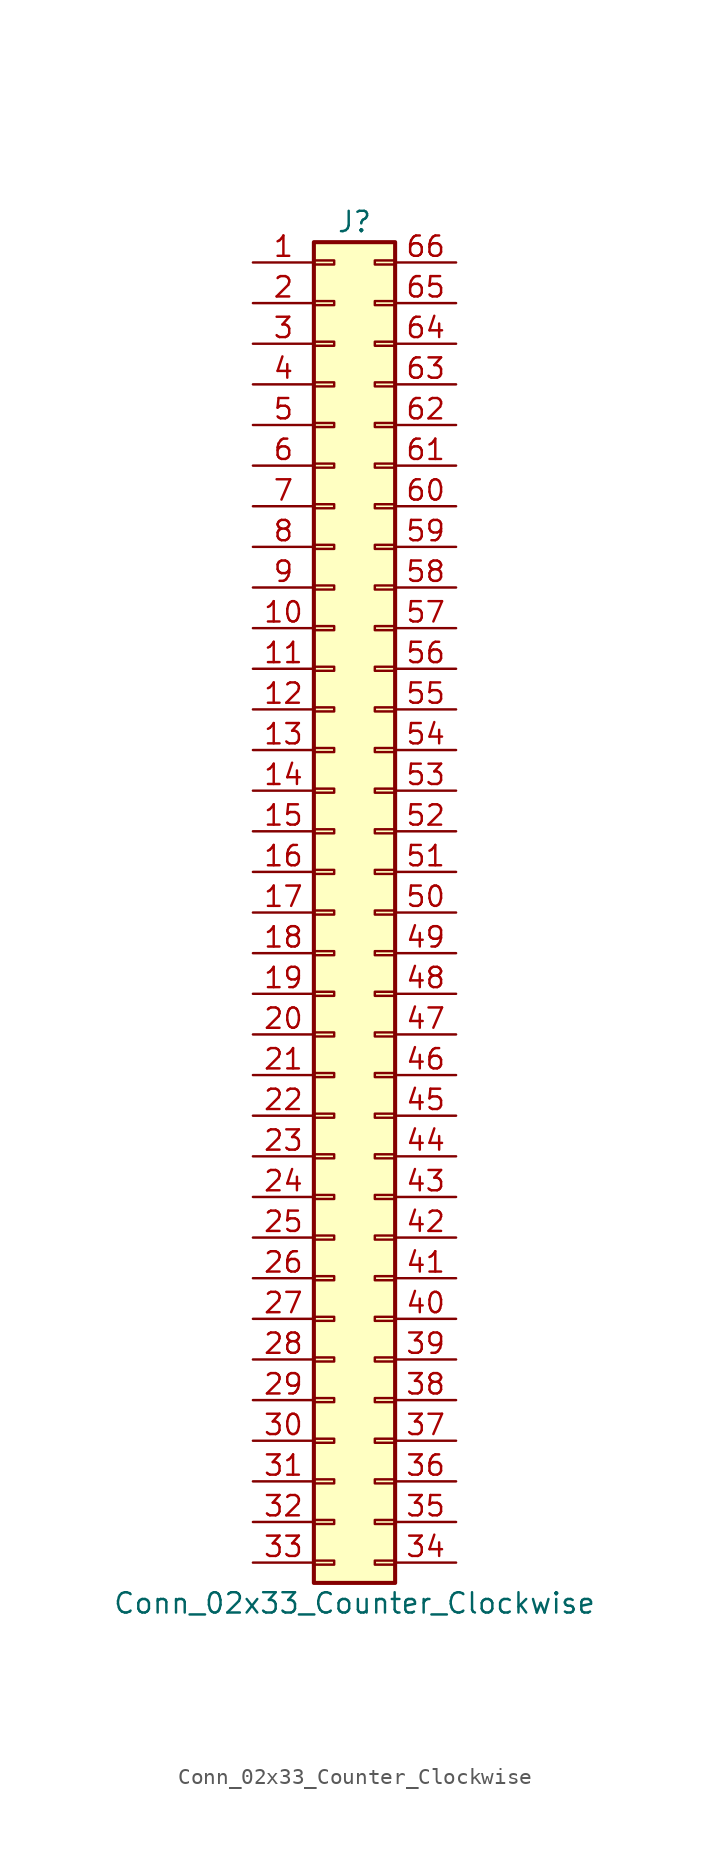
<source format=kicad_sym>
(kicad_symbol_lib
  (version 20211014)
  (generator kicad_symbol_editor)
  (symbol "Conn_02x33_Counter_Clockwise"
    (pin_names
      (offset 1.016) hide)
    (property "Reference" "J"
      (at 1.27 43.18 0)
      (effects (font (size 1.27 1.27))))
    (property "Value" "Conn_02x33_Counter_Clockwise"
      (at 1.27 -43.18 0)
      (effects (font (size 1.27 1.27))))
    (symbol "Conn_02x33_Counter_Clockwise_1_1"
      (rectangle (start -1.27 -40.513) (end 0 -40.767) (stroke (width 0.152) (type default) (color 0 0 0 0)) (fill (type none)))
      (rectangle (start -1.27 -37.973) (end 0 -38.227) (stroke (width 0.152) (type default) (color 0 0 0 0)) (fill (type none)))
      (rectangle (start -1.27 -35.433) (end 0 -35.687) (stroke (width 0.152) (type default) (color 0 0 0 0)) (fill (type none)))
      (rectangle (start -1.27 -32.893) (end 0 -33.147) (stroke (width 0.152) (type default) (color 0 0 0 0)) (fill (type none)))
      (rectangle (start -1.27 -30.353) (end 0 -30.607) (stroke (width 0.152) (type default) (color 0 0 0 0)) (fill (type none)))
      (rectangle (start -1.27 -27.813) (end 0 -28.067) (stroke (width 0.152) (type default) (color 0 0 0 0)) (fill (type none)))
      (rectangle (start -1.27 -25.273) (end 0 -25.527) (stroke (width 0.152) (type default) (color 0 0 0 0)) (fill (type none)))
      (rectangle (start -1.27 -22.733) (end 0 -22.987) (stroke (width 0.152) (type default) (color 0 0 0 0)) (fill (type none)))
      (rectangle (start -1.27 -20.193) (end 0 -20.447) (stroke (width 0.152) (type default) (color 0 0 0 0)) (fill (type none)))
      (rectangle (start -1.27 -17.653) (end 0 -17.907) (stroke (width 0.152) (type default) (color 0 0 0 0)) (fill (type none)))
      (rectangle (start -1.27 -15.113) (end 0 -15.367) (stroke (width 0.152) (type default) (color 0 0 0 0)) (fill (type none)))
      (rectangle (start -1.27 -12.573) (end 0 -12.827) (stroke (width 0.152) (type default) (color 0 0 0 0)) (fill (type none)))
      (rectangle (start -1.27 -10.033) (end 0 -10.287) (stroke (width 0.152) (type default) (color 0 0 0 0)) (fill (type none)))
      (rectangle (start -1.27 -7.493) (end 0 -7.747) (stroke (width 0.152) (type default) (color 0 0 0 0)) (fill (type none)))
      (rectangle (start -1.27 -4.953) (end 0 -5.207) (stroke (width 0.152) (type default) (color 0 0 0 0)) (fill (type none)))
      (rectangle (start -1.27 -2.413) (end 0 -2.667) (stroke (width 0.152) (type default) (color 0 0 0 0)) (fill (type none)))
      (rectangle (start -1.27 0.127) (end 0 -0.127) (stroke (width 0.152) (type default) (color 0 0 0 0)) (fill (type none)))
      (rectangle (start -1.27 2.667) (end 0 2.413) (stroke (width 0.152) (type default) (color 0 0 0 0)) (fill (type none)))
      (rectangle (start -1.27 5.207) (end 0 4.953) (stroke (width 0.152) (type default) (color 0 0 0 0)) (fill (type none)))
      (rectangle (start -1.27 7.747) (end 0 7.493) (stroke (width 0.152) (type default) (color 0 0 0 0)) (fill (type none)))
      (rectangle (start -1.27 10.287) (end 0 10.033) (stroke (width 0.152) (type default) (color 0 0 0 0)) (fill (type none)))
      (rectangle (start -1.27 12.827) (end 0 12.573) (stroke (width 0.152) (type default) (color 0 0 0 0)) (fill (type none)))
      (rectangle (start -1.27 15.367) (end 0 15.113) (stroke (width 0.152) (type default) (color 0 0 0 0)) (fill (type none)))
      (rectangle (start -1.27 17.907) (end 0 17.653) (stroke (width 0.152) (type default) (color 0 0 0 0)) (fill (type none)))
      (rectangle (start -1.27 20.447) (end 0 20.193) (stroke (width 0.152) (type default) (color 0 0 0 0)) (fill (type none)))
      (rectangle (start -1.27 22.987) (end 0 22.733) (stroke (width 0.152) (type default) (color 0 0 0 0)) (fill (type none)))
      (rectangle (start -1.27 25.527) (end 0 25.273) (stroke (width 0.152) (type default) (color 0 0 0 0)) (fill (type none)))
      (rectangle (start -1.27 28.067) (end 0 27.813) (stroke (width 0.152) (type default) (color 0 0 0 0)) (fill (type none)))
      (rectangle (start -1.27 30.607) (end 0 30.353) (stroke (width 0.152) (type default) (color 0 0 0 0)) (fill (type none)))
      (rectangle (start -1.27 33.147) (end 0 32.893) (stroke (width 0.152) (type default) (color 0 0 0 0)) (fill (type none)))
      (rectangle (start -1.27 35.687) (end 0 35.433) (stroke (width 0.152) (type default) (color 0 0 0 0)) (fill (type none)))
      (rectangle (start -1.27 38.227) (end 0 37.973) (stroke (width 0.152) (type default) (color 0 0 0 0)) (fill (type none)))
      (rectangle (start -1.27 40.767) (end 0 40.513) (stroke (width 0.152) (type default) (color 0 0 0 0)) (fill (type none)))
      (rectangle (start -1.27 41.91) (end 3.81 -41.91) (stroke (width 0.254) (type default) (color 0 0 0 0)) (fill (type background)))
      (rectangle (start 3.81 -40.513) (end 2.54 -40.767) (stroke (width 0.152) (type default) (color 0 0 0 0)) (fill (type none)))
      (rectangle (start 3.81 -37.973) (end 2.54 -38.227) (stroke (width 0.152) (type default) (color 0 0 0 0)) (fill (type none)))
      (rectangle (start 3.81 -35.433) (end 2.54 -35.687) (stroke (width 0.152) (type default) (color 0 0 0 0)) (fill (type none)))
      (rectangle (start 3.81 -32.893) (end 2.54 -33.147) (stroke (width 0.152) (type default) (color 0 0 0 0)) (fill (type none)))
      (rectangle (start 3.81 -30.353) (end 2.54 -30.607) (stroke (width 0.152) (type default) (color 0 0 0 0)) (fill (type none)))
      (rectangle (start 3.81 -27.813) (end 2.54 -28.067) (stroke (width 0.152) (type default) (color 0 0 0 0)) (fill (type none)))
      (rectangle (start 3.81 -25.273) (end 2.54 -25.527) (stroke (width 0.152) (type default) (color 0 0 0 0)) (fill (type none)))
      (rectangle (start 3.81 -22.733) (end 2.54 -22.987) (stroke (width 0.152) (type default) (color 0 0 0 0)) (fill (type none)))
      (rectangle (start 3.81 -20.193) (end 2.54 -20.447) (stroke (width 0.152) (type default) (color 0 0 0 0)) (fill (type none)))
      (rectangle (start 3.81 -17.653) (end 2.54 -17.907) (stroke (width 0.152) (type default) (color 0 0 0 0)) (fill (type none)))
      (rectangle (start 3.81 -15.113) (end 2.54 -15.367) (stroke (width 0.152) (type default) (color 0 0 0 0)) (fill (type none)))
      (rectangle (start 3.81 -12.573) (end 2.54 -12.827) (stroke (width 0.152) (type default) (color 0 0 0 0)) (fill (type none)))
      (rectangle (start 3.81 -10.033) (end 2.54 -10.287) (stroke (width 0.152) (type default) (color 0 0 0 0)) (fill (type none)))
      (rectangle (start 3.81 -7.493) (end 2.54 -7.747) (stroke (width 0.152) (type default) (color 0 0 0 0)) (fill (type none)))
      (rectangle (start 3.81 -4.953) (end 2.54 -5.207) (stroke (width 0.152) (type default) (color 0 0 0 0)) (fill (type none)))
      (rectangle (start 3.81 -2.413) (end 2.54 -2.667) (stroke (width 0.152) (type default) (color 0 0 0 0)) (fill (type none)))
      (rectangle (start 3.81 0.127) (end 2.54 -0.127) (stroke (width 0.152) (type default) (color 0 0 0 0)) (fill (type none)))
      (rectangle (start 3.81 2.667) (end 2.54 2.413) (stroke (width 0.152) (type default) (color 0 0 0 0)) (fill (type none)))
      (rectangle (start 3.81 5.207) (end 2.54 4.953) (stroke (width 0.152) (type default) (color 0 0 0 0)) (fill (type none)))
      (rectangle (start 3.81 7.747) (end 2.54 7.493) (stroke (width 0.152) (type default) (color 0 0 0 0)) (fill (type none)))
      (rectangle (start 3.81 10.287) (end 2.54 10.033) (stroke (width 0.152) (type default) (color 0 0 0 0)) (fill (type none)))
      (rectangle (start 3.81 12.827) (end 2.54 12.573) (stroke (width 0.152) (type default) (color 0 0 0 0)) (fill (type none)))
      (rectangle (start 3.81 15.367) (end 2.54 15.113) (stroke (width 0.152) (type default) (color 0 0 0 0)) (fill (type none)))
      (rectangle (start 3.81 17.907) (end 2.54 17.653) (stroke (width 0.152) (type default) (color 0 0 0 0)) (fill (type none)))
      (rectangle (start 3.81 20.447) (end 2.54 20.193) (stroke (width 0.152) (type default) (color 0 0 0 0)) (fill (type none)))
      (rectangle (start 3.81 22.987) (end 2.54 22.733) (stroke (width 0.152) (type default) (color 0 0 0 0)) (fill (type none)))
      (rectangle (start 3.81 25.527) (end 2.54 25.273) (stroke (width 0.152) (type default) (color 0 0 0 0)) (fill (type none)))
      (rectangle (start 3.81 28.067) (end 2.54 27.813) (stroke (width 0.152) (type default) (color 0 0 0 0)) (fill (type none)))
      (rectangle (start 3.81 30.607) (end 2.54 30.353) (stroke (width 0.152) (type default) (color 0 0 0 0)) (fill (type none)))
      (rectangle (start 3.81 33.147) (end 2.54 32.893) (stroke (width 0.152) (type default) (color 0 0 0 0)) (fill (type none)))
      (rectangle (start 3.81 35.687) (end 2.54 35.433) (stroke (width 0.152) (type default) (color 0 0 0 0)) (fill (type none)))
      (rectangle (start 3.81 38.227) (end 2.54 37.973) (stroke (width 0.152) (type default) (color 0 0 0 0)) (fill (type none)))
      (rectangle (start 3.81 40.767) (end 2.54 40.513) (stroke (width 0.152) (type default) (color 0 0 0 0)) (fill (type none)))
      (pin passive line (at -5.08 40.64 0) (length 3.81) (name "Pin_1" (effects (font (size 1.27 1.27)))) (number "1" (effects (font (size 1.27 1.27)))))
      (pin passive line (at -5.08 17.78 0) (length 3.81) (name "Pin_10" (effects (font (size 1.27 1.27)))) (number "10" (effects (font (size 1.27 1.27)))))
      (pin passive line (at -5.08 15.24 0) (length 3.81) (name "Pin_11" (effects (font (size 1.27 1.27)))) (number "11" (effects (font (size 1.27 1.27)))))
      (pin passive line (at -5.08 12.7 0) (length 3.81) (name "Pin_12" (effects (font (size 1.27 1.27)))) (number "12" (effects (font (size 1.27 1.27)))))
      (pin passive line (at -5.08 10.16 0) (length 3.81) (name "Pin_13" (effects (font (size 1.27 1.27)))) (number "13" (effects (font (size 1.27 1.27)))))
      (pin passive line (at -5.08 7.62 0) (length 3.81) (name "Pin_14" (effects (font (size 1.27 1.27)))) (number "14" (effects (font (size 1.27 1.27)))))
      (pin passive line (at -5.08 5.08 0) (length 3.81) (name "Pin_15" (effects (font (size 1.27 1.27)))) (number "15" (effects (font (size 1.27 1.27)))))
      (pin passive line (at -5.08 2.54 0) (length 3.81) (name "Pin_16" (effects (font (size 1.27 1.27)))) (number "16" (effects (font (size 1.27 1.27)))))
      (pin passive line (at -5.08 0 0) (length 3.81) (name "Pin_17" (effects (font (size 1.27 1.27)))) (number "17" (effects (font (size 1.27 1.27)))))
      (pin passive line (at -5.08 -2.54 0) (length 3.81) (name "Pin_18" (effects (font (size 1.27 1.27)))) (number "18" (effects (font (size 1.27 1.27)))))
      (pin passive line (at -5.08 -5.08 0) (length 3.81) (name "Pin_19" (effects (font (size 1.27 1.27)))) (number "19" (effects (font (size 1.27 1.27)))))
      (pin passive line (at -5.08 38.1 0) (length 3.81) (name "Pin_2" (effects (font (size 1.27 1.27)))) (number "2" (effects (font (size 1.27 1.27)))))
      (pin passive line (at -5.08 -7.62 0) (length 3.81) (name "Pin_20" (effects (font (size 1.27 1.27)))) (number "20" (effects (font (size 1.27 1.27)))))
      (pin passive line (at -5.08 -10.16 0) (length 3.81) (name "Pin_21" (effects (font (size 1.27 1.27)))) (number "21" (effects (font (size 1.27 1.27)))))
      (pin passive line (at -5.08 -12.7 0) (length 3.81) (name "Pin_22" (effects (font (size 1.27 1.27)))) (number "22" (effects (font (size 1.27 1.27)))))
      (pin passive line (at -5.08 -15.24 0) (length 3.81) (name "Pin_23" (effects (font (size 1.27 1.27)))) (number "23" (effects (font (size 1.27 1.27)))))
      (pin passive line (at -5.08 -17.78 0) (length 3.81) (name "Pin_24" (effects (font (size 1.27 1.27)))) (number "24" (effects (font (size 1.27 1.27)))))
      (pin passive line (at -5.08 -20.32 0) (length 3.81) (name "Pin_25" (effects (font (size 1.27 1.27)))) (number "25" (effects (font (size 1.27 1.27)))))
      (pin passive line (at -5.08 -22.86 0) (length 3.81) (name "Pin_26" (effects (font (size 1.27 1.27)))) (number "26" (effects (font (size 1.27 1.27)))))
      (pin passive line (at -5.08 -25.4 0) (length 3.81) (name "Pin_27" (effects (font (size 1.27 1.27)))) (number "27" (effects (font (size 1.27 1.27)))))
      (pin passive line (at -5.08 -27.94 0) (length 3.81) (name "Pin_28" (effects (font (size 1.27 1.27)))) (number "28" (effects (font (size 1.27 1.27)))))
      (pin passive line (at -5.08 -30.48 0) (length 3.81) (name "Pin_29" (effects (font (size 1.27 1.27)))) (number "29" (effects (font (size 1.27 1.27)))))
      (pin passive line (at -5.08 35.56 0) (length 3.81) (name "Pin_3" (effects (font (size 1.27 1.27)))) (number "3" (effects (font (size 1.27 1.27)))))
      (pin passive line (at -5.08 -33.02 0) (length 3.81) (name "Pin_30" (effects (font (size 1.27 1.27)))) (number "30" (effects (font (size 1.27 1.27)))))
      (pin passive line (at -5.08 -35.56 0) (length 3.81) (name "Pin_31" (effects (font (size 1.27 1.27)))) (number "31" (effects (font (size 1.27 1.27)))))
      (pin passive line (at -5.08 -38.1 0) (length 3.81) (name "Pin_32" (effects (font (size 1.27 1.27)))) (number "32" (effects (font (size 1.27 1.27)))))
      (pin passive line (at -5.08 -40.64 0) (length 3.81) (name "Pin_33" (effects (font (size 1.27 1.27)))) (number "33" (effects (font (size 1.27 1.27)))))
      (pin passive line (at 7.62 -40.64 180) (length 3.81) (name "Pin_34" (effects (font (size 1.27 1.27)))) (number "34" (effects (font (size 1.27 1.27)))))
      (pin passive line (at 7.62 -38.1 180) (length 3.81) (name "Pin_35" (effects (font (size 1.27 1.27)))) (number "35" (effects (font (size 1.27 1.27)))))
      (pin passive line (at 7.62 -35.56 180) (length 3.81) (name "Pin_36" (effects (font (size 1.27 1.27)))) (number "36" (effects (font (size 1.27 1.27)))))
      (pin passive line (at 7.62 -33.02 180) (length 3.81) (name "Pin_37" (effects (font (size 1.27 1.27)))) (number "37" (effects (font (size 1.27 1.27)))))
      (pin passive line (at 7.62 -30.48 180) (length 3.81) (name "Pin_38" (effects (font (size 1.27 1.27)))) (number "38" (effects (font (size 1.27 1.27)))))
      (pin passive line (at 7.62 -27.94 180) (length 3.81) (name "Pin_39" (effects (font (size 1.27 1.27)))) (number "39" (effects (font (size 1.27 1.27)))))
      (pin passive line (at -5.08 33.02 0) (length 3.81) (name "Pin_4" (effects (font (size 1.27 1.27)))) (number "4" (effects (font (size 1.27 1.27)))))
      (pin passive line (at 7.62 -25.4 180) (length 3.81) (name "Pin_40" (effects (font (size 1.27 1.27)))) (number "40" (effects (font (size 1.27 1.27)))))
      (pin passive line (at 7.62 -22.86 180) (length 3.81) (name "Pin_41" (effects (font (size 1.27 1.27)))) (number "41" (effects (font (size 1.27 1.27)))))
      (pin passive line (at 7.62 -20.32 180) (length 3.81) (name "Pin_42" (effects (font (size 1.27 1.27)))) (number "42" (effects (font (size 1.27 1.27)))))
      (pin passive line (at 7.62 -17.78 180) (length 3.81) (name "Pin_43" (effects (font (size 1.27 1.27)))) (number "43" (effects (font (size 1.27 1.27)))))
      (pin passive line (at 7.62 -15.24 180) (length 3.81) (name "Pin_44" (effects (font (size 1.27 1.27)))) (number "44" (effects (font (size 1.27 1.27)))))
      (pin passive line (at 7.62 -12.7 180) (length 3.81) (name "Pin_45" (effects (font (size 1.27 1.27)))) (number "45" (effects (font (size 1.27 1.27)))))
      (pin passive line (at 7.62 -10.16 180) (length 3.81) (name "Pin_46" (effects (font (size 1.27 1.27)))) (number "46" (effects (font (size 1.27 1.27)))))
      (pin passive line (at 7.62 -7.62 180) (length 3.81) (name "Pin_47" (effects (font (size 1.27 1.27)))) (number "47" (effects (font (size 1.27 1.27)))))
      (pin passive line (at 7.62 -5.08 180) (length 3.81) (name "Pin_48" (effects (font (size 1.27 1.27)))) (number "48" (effects (font (size 1.27 1.27)))))
      (pin passive line (at 7.62 -2.54 180) (length 3.81) (name "Pin_49" (effects (font (size 1.27 1.27)))) (number "49" (effects (font (size 1.27 1.27)))))
      (pin passive line (at -5.08 30.48 0) (length 3.81) (name "Pin_5" (effects (font (size 1.27 1.27)))) (number "5" (effects (font (size 1.27 1.27)))))
      (pin passive line (at 7.62 0 180) (length 3.81) (name "Pin_50" (effects (font (size 1.27 1.27)))) (number "50" (effects (font (size 1.27 1.27)))))
      (pin passive line (at 7.62 2.54 180) (length 3.81) (name "Pin_51" (effects (font (size 1.27 1.27)))) (number "51" (effects (font (size 1.27 1.27)))))
      (pin passive line (at 7.62 5.08 180) (length 3.81) (name "Pin_52" (effects (font (size 1.27 1.27)))) (number "52" (effects (font (size 1.27 1.27)))))
      (pin passive line (at 7.62 7.62 180) (length 3.81) (name "Pin_53" (effects (font (size 1.27 1.27)))) (number "53" (effects (font (size 1.27 1.27)))))
      (pin passive line (at 7.62 10.16 180) (length 3.81) (name "Pin_54" (effects (font (size 1.27 1.27)))) (number "54" (effects (font (size 1.27 1.27)))))
      (pin passive line (at 7.62 12.7 180) (length 3.81) (name "Pin_55" (effects (font (size 1.27 1.27)))) (number "55" (effects (font (size 1.27 1.27)))))
      (pin passive line (at 7.62 15.24 180) (length 3.81) (name "Pin_56" (effects (font (size 1.27 1.27)))) (number "56" (effects (font (size 1.27 1.27)))))
      (pin passive line (at 7.62 17.78 180) (length 3.81) (name "Pin_57" (effects (font (size 1.27 1.27)))) (number "57" (effects (font (size 1.27 1.27)))))
      (pin passive line (at 7.62 20.32 180) (length 3.81) (name "Pin_58" (effects (font (size 1.27 1.27)))) (number "58" (effects (font (size 1.27 1.27)))))
      (pin passive line (at 7.62 22.86 180) (length 3.81) (name "Pin_59" (effects (font (size 1.27 1.27)))) (number "59" (effects (font (size 1.27 1.27)))))
      (pin passive line (at -5.08 27.94 0) (length 3.81) (name "Pin_6" (effects (font (size 1.27 1.27)))) (number "6" (effects (font (size 1.27 1.27)))))
      (pin passive line (at 7.62 25.4 180) (length 3.81) (name "Pin_60" (effects (font (size 1.27 1.27)))) (number "60" (effects (font (size 1.27 1.27)))))
      (pin passive line (at 7.62 27.94 180) (length 3.81) (name "Pin_61" (effects (font (size 1.27 1.27)))) (number "61" (effects (font (size 1.27 1.27)))))
      (pin passive line (at 7.62 30.48 180) (length 3.81) (name "Pin_62" (effects (font (size 1.27 1.27)))) (number "62" (effects (font (size 1.27 1.27)))))
      (pin passive line (at 7.62 33.02 180) (length 3.81) (name "Pin_63" (effects (font (size 1.27 1.27)))) (number "63" (effects (font (size 1.27 1.27)))))
      (pin passive line (at 7.62 35.56 180) (length 3.81) (name "Pin_64" (effects (font (size 1.27 1.27)))) (number "64" (effects (font (size 1.27 1.27)))))
      (pin passive line (at 7.62 38.1 180) (length 3.81) (name "Pin_65" (effects (font (size 1.27 1.27)))) (number "65" (effects (font (size 1.27 1.27)))))
      (pin passive line (at 7.62 40.64 180) (length 3.81) (name "Pin_66" (effects (font (size 1.27 1.27)))) (number "66" (effects (font (size 1.27 1.27)))))
      (pin passive line (at -5.08 25.4 0) (length 3.81) (name "Pin_7" (effects (font (size 1.27 1.27)))) (number "7" (effects (font (size 1.27 1.27)))))
      (pin passive line (at -5.08 22.86 0) (length 3.81) (name "Pin_8" (effects (font (size 1.27 1.27)))) (number "8" (effects (font (size 1.27 1.27)))))
      (pin passive line (at -5.08 20.32 0) (length 3.81) (name "Pin_9" (effects (font (size 1.27 1.27)))) (number "9" (effects (font (size 1.27 1.27))))))))
</source>
